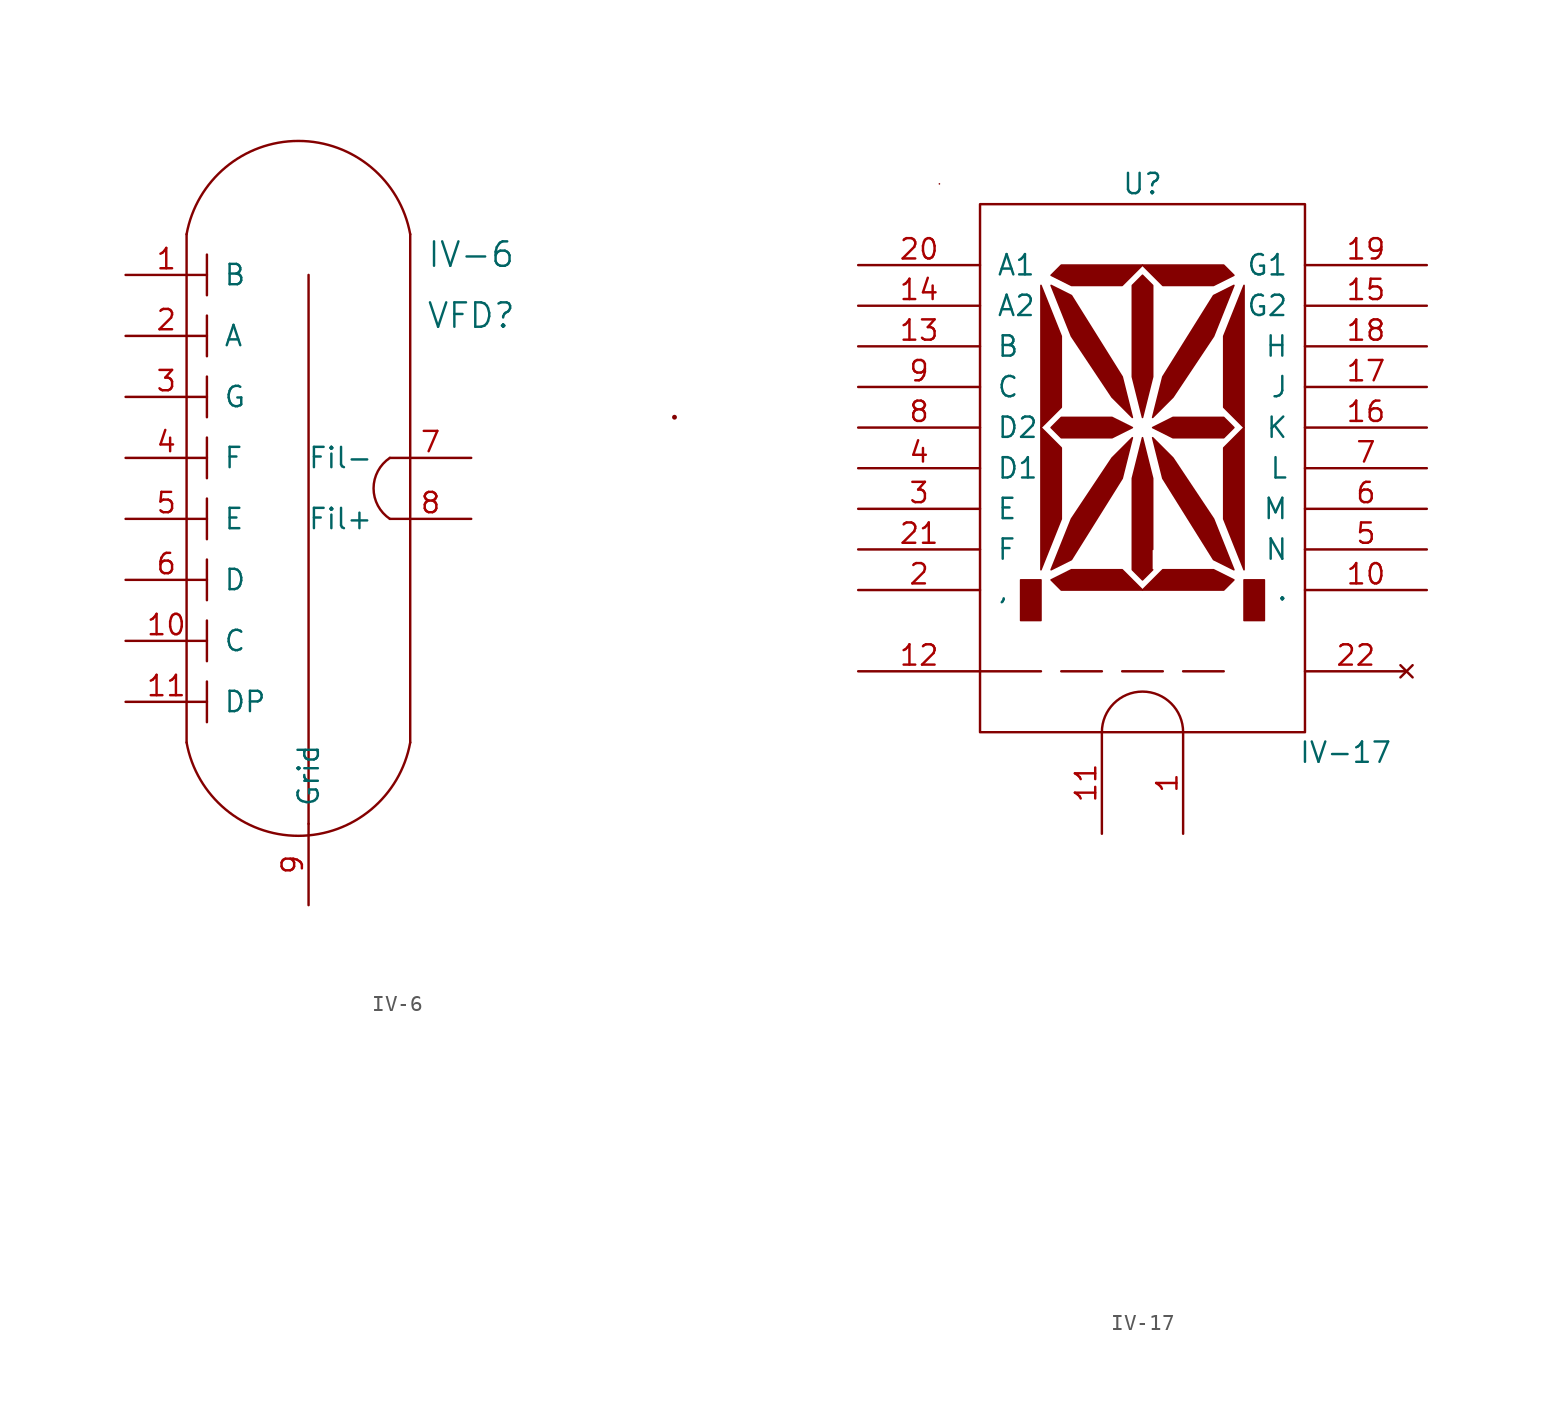
<source format=kicad_sym>
(kicad_symbol_lib
  (version 20211014)
  (generator kicad_symbol_editor)
  (symbol "IV-6"
    (pin_names
      (offset 1.016))
    (property "Reference" "VFD"
      (at 24.13 1.27 0)
      (effects (font (size 1.524 1.524))))
    (property "Value" "IV-6"
      (at 24.13 5.08 0)
      (effects (font (size 1.524 1.524))))
    (symbol "IV-6_0_1"
      (polyline (pts (xy 6.35 6.35) (xy 6.35 -25.4)) (stroke (width 0) (type default) (color 0 0 0 0)) (fill (type none)))
      (polyline (pts (xy 7.62 -21.59) (xy 7.62 -24.13)) (stroke (width 0) (type default) (color 0 0 0 0)) (fill (type none)))
      (polyline (pts (xy 7.62 -17.78) (xy 7.62 -20.32)) (stroke (width 0) (type default) (color 0 0 0 0)) (fill (type none)))
      (polyline (pts (xy 7.62 -13.97) (xy 7.62 -16.51)) (stroke (width 0) (type default) (color 0 0 0 0)) (fill (type none)))
      (polyline (pts (xy 7.62 -10.16) (xy 7.62 -12.7)) (stroke (width 0) (type default) (color 0 0 0 0)) (fill (type none)))
      (polyline (pts (xy 7.62 -6.35) (xy 7.62 -8.89)) (stroke (width 0) (type default) (color 0 0 0 0)) (fill (type none)))
      (polyline (pts (xy 7.62 -2.54) (xy 7.62 -5.08)) (stroke (width 0) (type default) (color 0 0 0 0)) (fill (type none)))
      (polyline (pts (xy 7.62 1.27) (xy 7.62 -1.27)) (stroke (width 0) (type default) (color 0 0 0 0)) (fill (type none)))
      (polyline (pts (xy 7.62 5.08) (xy 7.62 2.54)) (stroke (width 0) (type default) (color 0 0 0 0)) (fill (type none)))
      (polyline (pts (xy 13.97 -30.48) (xy 13.97 3.81)) (stroke (width 0) (type default) (color 0 0 0 0)) (fill (type none)))
      (polyline (pts (xy 20.32 -25.4) (xy 20.32 6.35)) (stroke (width 0) (type default) (color 0 0 0 0)) (fill (type none)))
      (arc (start 6.35 -25.4) (mid 13.335 -31.2295) (end 20.32 -25.4) (stroke (width 0) (type default) (color 0 0 0 0)) (fill (type none)))
      (arc (start 19.05 -7.62) (mid 18.0305 -9.525) (end 19.05 -11.43) (stroke (width 0) (type default) (color 0 0 0 0)) (fill (type none)))
      (arc (start 20.32 6.35) (mid 13.335 12.1795) (end 6.35 6.35) (stroke (width 0) (type default) (color 0 0 0 0)) (fill (type none)))
      (circle (center 36.83 -5.08) (radius 0.0001) (stroke (width 0) (type default) (color 0 0 0 0)) (fill (type none))))
    (symbol "IV-6_1_1"
      (pin output line (at 2.54 3.81 0) (length 5.08) (name "B" (effects (font (size 1.27 1.27)))) (number "1" (effects (font (size 1.27 1.27)))))
      (pin output line (at 2.54 -19.05 0) (length 5.08) (name "C" (effects (font (size 1.27 1.27)))) (number "10" (effects (font (size 1.27 1.27)))))
      (pin output line (at 2.54 -22.86 0) (length 5.08) (name "DP" (effects (font (size 1.27 1.27)))) (number "11" (effects (font (size 1.27 1.27)))))
      (pin output line (at 2.54 0 0) (length 5.08) (name "A" (effects (font (size 1.27 1.27)))) (number "2" (effects (font (size 1.27 1.27)))))
      (pin output line (at 2.54 -3.81 0) (length 5.08) (name "G" (effects (font (size 1.27 1.27)))) (number "3" (effects (font (size 1.27 1.27)))))
      (pin output line (at 2.54 -7.62 0) (length 5.08) (name "F" (effects (font (size 1.27 1.27)))) (number "4" (effects (font (size 1.27 1.27)))))
      (pin output line (at 2.54 -11.43 0) (length 5.08) (name "E" (effects (font (size 1.27 1.27)))) (number "5" (effects (font (size 1.27 1.27)))))
      (pin output line (at 2.54 -15.24 0) (length 5.08) (name "D" (effects (font (size 1.27 1.27)))) (number "6" (effects (font (size 1.27 1.27)))))
      (pin input line (at 24.13 -7.62 180) (length 5.08) (name "Fil-" (effects (font (size 1.27 1.27)))) (number "7" (effects (font (size 1.27 1.27)))))
      (pin input line (at 24.13 -11.43 180) (length 5.08) (name "Fil+" (effects (font (size 1.27 1.27)))) (number "8" (effects (font (size 1.27 1.27)))))
      (pin input line (at 13.97 -35.56 90) (length 5.08) (name "Grid" (effects (font (size 1.27 1.27)))) (number "9" (effects (font (size 1.27 1.27)))))))
  (symbol "IV-17"
    (pin_names
      (offset 1.016))
    (property "Reference" "U"
      (at 0 15.24 0)
      (effects (font (size 1.27 1.27))))
    (property "Value" "IV-17"
      (at 12.7 -20.32 0)
      (effects (font (size 1.27 1.27))))
    (property "Footprint" ""
      (at 0.635 -48.26 0)
      (effects (font (size 1.27 1.27))))
    (property "Datasheet" ""
      (at 0.635 -48.26 0)
      (effects (font (size 1.27 1.27))))
    (symbol "IV-17_0_0"
      (rectangle (start -12.7 15.24) (end -12.7 15.24) (stroke (width 0.102) (type default) (color 0 0 0 0)) (fill (type none)))
      (polyline (pts (xy -10.16 -15.24) (xy -6.35 -15.24)) (stroke (width 0) (type default) (color 0 0 0 0)) (fill (type none)))
      (polyline (pts (xy -2.54 -15.24) (xy -5.08 -15.24)) (stroke (width 0) (type default) (color 0 0 0 0)) (fill (type none)))
      (polyline (pts (xy -1.27 -15.24) (xy 1.27 -15.24)) (stroke (width 0) (type default) (color 0 0 0 0)) (fill (type none)))
      (polyline (pts (xy 2.54 -15.24) (xy 5.08 -15.24)) (stroke (width 0) (type default) (color 0 0 0 0)) (fill (type none)))
      (arc (start 2.54 -19.05) (mid 0 -16.51) (end -2.54 -19.05) (stroke (width 0) (type default) (color 0 0 0 0)) (fill (type none)))
      (rectangle (start 10.16 -19.05) (end -10.16 13.97) (stroke (width 0) (type default) (color 0 0 0 0)) (fill (type none))))
    (symbol "IV-17_0_1"
      (polyline (pts (xy -7.62 -9.525) (xy -7.62 -12.065) (xy -6.35 -12.065) (xy -6.35 -9.525) (xy -7.62 -9.525)) (stroke (width 0.102) (type default) (color 0 0 0 0)) (fill (type outline)))
      (polyline (pts (xy -6.35 -8.89) (xy -6.35 0) (xy -5.08 -1.27) (xy -5.08 -5.715) (xy -6.35 -8.89)) (stroke (width 0.102) (type default) (color 0 0 0 0)) (fill (type outline)))
      (polyline (pts (xy -6.35 8.89) (xy -6.35 0) (xy -5.08 1.27) (xy -5.08 5.715) (xy -6.35 8.89)) (stroke (width 0.102) (type default) (color 0 0 0 0)) (fill (type outline)))
      (polyline (pts (xy 6.35 -9.525) (xy 6.35 -12.065) (xy 7.62 -12.065) (xy 7.62 -9.525) (xy 6.35 -9.525)) (stroke (width 0.102) (type default) (color 0 0 0 0)) (fill (type outline)))
      (polyline (pts (xy 6.35 -8.89) (xy 6.35 0) (xy 5.08 -1.27) (xy 5.08 -5.715) (xy 6.35 -8.89)) (stroke (width 0.102) (type default) (color 0 0 0 0)) (fill (type outline)))
      (polyline (pts (xy 6.35 8.89) (xy 6.35 0) (xy 5.08 1.27) (xy 5.08 5.715) (xy 6.35 8.89)) (stroke (width 0.102) (type default) (color 0 0 0 0)) (fill (type outline)))
      (polyline (pts (xy -5.715 -9.525) (xy -5.08 -10.16) (xy 0 -10.16) (xy -1.27 -8.89) (xy -4.445 -8.89) (xy -5.715 -9.525)) (stroke (width 0.102) (type default) (color 0 0 0 0)) (fill (type outline)))
      (polyline (pts (xy -5.715 9.525) (xy -5.08 10.16) (xy 0 10.16) (xy -1.27 8.89) (xy -4.445 8.89) (xy -5.715 9.525)) (stroke (width 0.102) (type default) (color 0 0 0 0)) (fill (type outline)))
      (polyline (pts (xy 5.715 -9.525) (xy 5.08 -10.16) (xy 0 -10.16) (xy 1.27 -8.89) (xy 4.445 -8.89) (xy 5.715 -9.525)) (stroke (width 0.102) (type default) (color 0 0 0 0)) (fill (type outline)))
      (polyline (pts (xy 5.715 9.525) (xy 5.08 10.16) (xy 0 10.16) (xy 1.27 8.89) (xy 4.445 8.89) (xy 5.715 9.525)) (stroke (width 0.102) (type default) (color 0 0 0 0)) (fill (type outline)))
      (polyline (pts (xy -5.08 0.635) (xy -5.715 0) (xy -5.08 -0.635) (xy -1.905 -0.635) (xy -0.635 0) (xy -1.905 0.635) (xy -5.08 0.635)) (stroke (width 0.102) (type default) (color 0 0 0 0)) (fill (type outline)))
      (polyline (pts (xy -4.445 -5.715) (xy -1.905 -1.905) (xy -0.635 -0.635) (xy -1.27 -3.175) (xy -4.445 -8.255) (xy -5.715 -8.89) (xy -4.445 -5.715)) (stroke (width 0.102) (type default) (color 0 0 0 0)) (fill (type outline)))
      (polyline (pts (xy -4.445 5.715) (xy -1.905 1.905) (xy -0.635 0.635) (xy -1.27 3.175) (xy -4.445 8.255) (xy -5.715 8.89) (xy -4.445 5.715)) (stroke (width 0.102) (type default) (color 0 0 0 0)) (fill (type outline)))
      (polyline (pts (xy 0.635 -7.62) (xy 0.635 -3.175) (xy 0 -0.635) (xy -0.635 -3.175) (xy -0.635 -8.89) (xy 0 -9.525) (xy 0.635 -8.89)) (stroke (width 0.102) (type default) (color 0 0 0 0)) (fill (type outline)))
      (polyline (pts (xy 0.635 3.175) (xy 0.635 8.89) (xy 0 9.525) (xy -0.635 8.89) (xy -0.635 3.175) (xy 0 0.635) (xy 0.635 3.175)) (stroke (width 0.102) (type default) (color 0 0 0 0)) (fill (type outline)))
      (polyline (pts (xy 1.905 0.635) (xy 0.635 0) (xy 1.905 -0.635) (xy 5.08 -0.635) (xy 5.715 0) (xy 5.08 0.635) (xy 1.905 0.635)) (stroke (width 0.102) (type default) (color 0 0 0 0)) (fill (type outline)))
      (polyline (pts (xy 4.445 -5.715) (xy 1.905 -1.905) (xy 0.635 -0.635) (xy 1.27 -3.175) (xy 4.445 -8.255) (xy 5.715 -8.89) (xy 4.445 -5.715)) (stroke (width 0.102) (type default) (color 0 0 0 0)) (fill (type outline)))
      (polyline (pts (xy 4.445 5.715) (xy 1.905 1.905) (xy 0.635 0.635) (xy 1.27 3.175) (xy 4.445 8.255) (xy 5.715 8.89) (xy 4.445 5.715)) (stroke (width 0.102) (type default) (color 0 0 0 0)) (fill (type outline))))
    (symbol "IV-17_1_1"
      (pin passive line (at 2.54 -25.4 90) (length 6.35) (name "~" (effects (font (size 1.27 1.27)))) (number "1" (effects (font (size 1.27 1.27)))))
      (pin passive line (at 17.78 -10.16 180) (length 7.62) (name "." (effects (font (size 1.27 1.27)))) (number "10" (effects (font (size 1.27 1.27)))))
      (pin passive line (at -2.54 -25.4 90) (length 6.35) (name "~" (effects (font (size 1.27 1.27)))) (number "11" (effects (font (size 1.27 1.27)))))
      (pin passive line (at -17.78 -15.24 0) (length 7.62) (name "~" (effects (font (size 1.27 1.27)))) (number "12" (effects (font (size 1.27 1.27)))))
      (pin passive line (at -17.78 5.08 0) (length 7.62) (name "B" (effects (font (size 1.27 1.27)))) (number "13" (effects (font (size 1.27 1.27)))))
      (pin passive line (at -17.78 7.62 0) (length 7.62) (name "A2" (effects (font (size 1.27 1.27)))) (number "14" (effects (font (size 1.27 1.27)))))
      (pin passive line (at 17.78 7.62 180) (length 7.62) (name "G2" (effects (font (size 1.27 1.27)))) (number "15" (effects (font (size 1.27 1.27)))))
      (pin passive line (at 17.78 0 180) (length 7.62) (name "K" (effects (font (size 1.27 1.27)))) (number "16" (effects (font (size 1.27 1.27)))))
      (pin passive line (at 17.78 2.54 180) (length 7.62) (name "J" (effects (font (size 1.27 1.27)))) (number "17" (effects (font (size 1.27 1.27)))))
      (pin passive line (at 17.78 5.08 180) (length 7.62) (name "H" (effects (font (size 1.27 1.27)))) (number "18" (effects (font (size 1.27 1.27)))))
      (pin passive line (at 17.78 10.16 180) (length 7.62) (name "G1" (effects (font (size 1.27 1.27)))) (number "19" (effects (font (size 1.27 1.27)))))
      (pin passive line (at -17.78 -10.16 0) (length 7.62) (name "," (effects (font (size 1.27 1.27)))) (number "2" (effects (font (size 1.27 1.27)))))
      (pin passive line (at -17.78 10.16 0) (length 7.62) (name "A1" (effects (font (size 1.27 1.27)))) (number "20" (effects (font (size 1.27 1.27)))))
      (pin passive line (at -17.78 -7.62 0) (length 7.62) (name "F" (effects (font (size 1.27 1.27)))) (number "21" (effects (font (size 1.27 1.27)))))
      (pin no_connect line (at 16.51 -15.24 180) (length 6.35) (name "~" (effects (font (size 1.27 1.27)))) (number "22" (effects (font (size 1.27 1.27)))))
      (pin passive line (at -17.78 -5.08 0) (length 7.62) (name "E" (effects (font (size 1.27 1.27)))) (number "3" (effects (font (size 1.27 1.27)))))
      (pin passive line (at -17.78 -2.54 0) (length 7.62) (name "D1" (effects (font (size 1.27 1.27)))) (number "4" (effects (font (size 1.27 1.27)))))
      (pin passive line (at 17.78 -7.62 180) (length 7.62) (name "N" (effects (font (size 1.27 1.27)))) (number "5" (effects (font (size 1.27 1.27)))))
      (pin passive line (at 17.78 -5.08 180) (length 7.62) (name "M" (effects (font (size 1.27 1.27)))) (number "6" (effects (font (size 1.27 1.27)))))
      (pin passive line (at 17.78 -2.54 180) (length 7.62) (name "L" (effects (font (size 1.27 1.27)))) (number "7" (effects (font (size 1.27 1.27)))))
      (pin passive line (at -17.78 0 0) (length 7.62) (name "D2" (effects (font (size 1.27 1.27)))) (number "8" (effects (font (size 1.27 1.27)))))
      (pin passive line (at -17.78 2.54 0) (length 7.62) (name "C" (effects (font (size 1.27 1.27)))) (number "9" (effects (font (size 1.27 1.27))))))))
</source>
